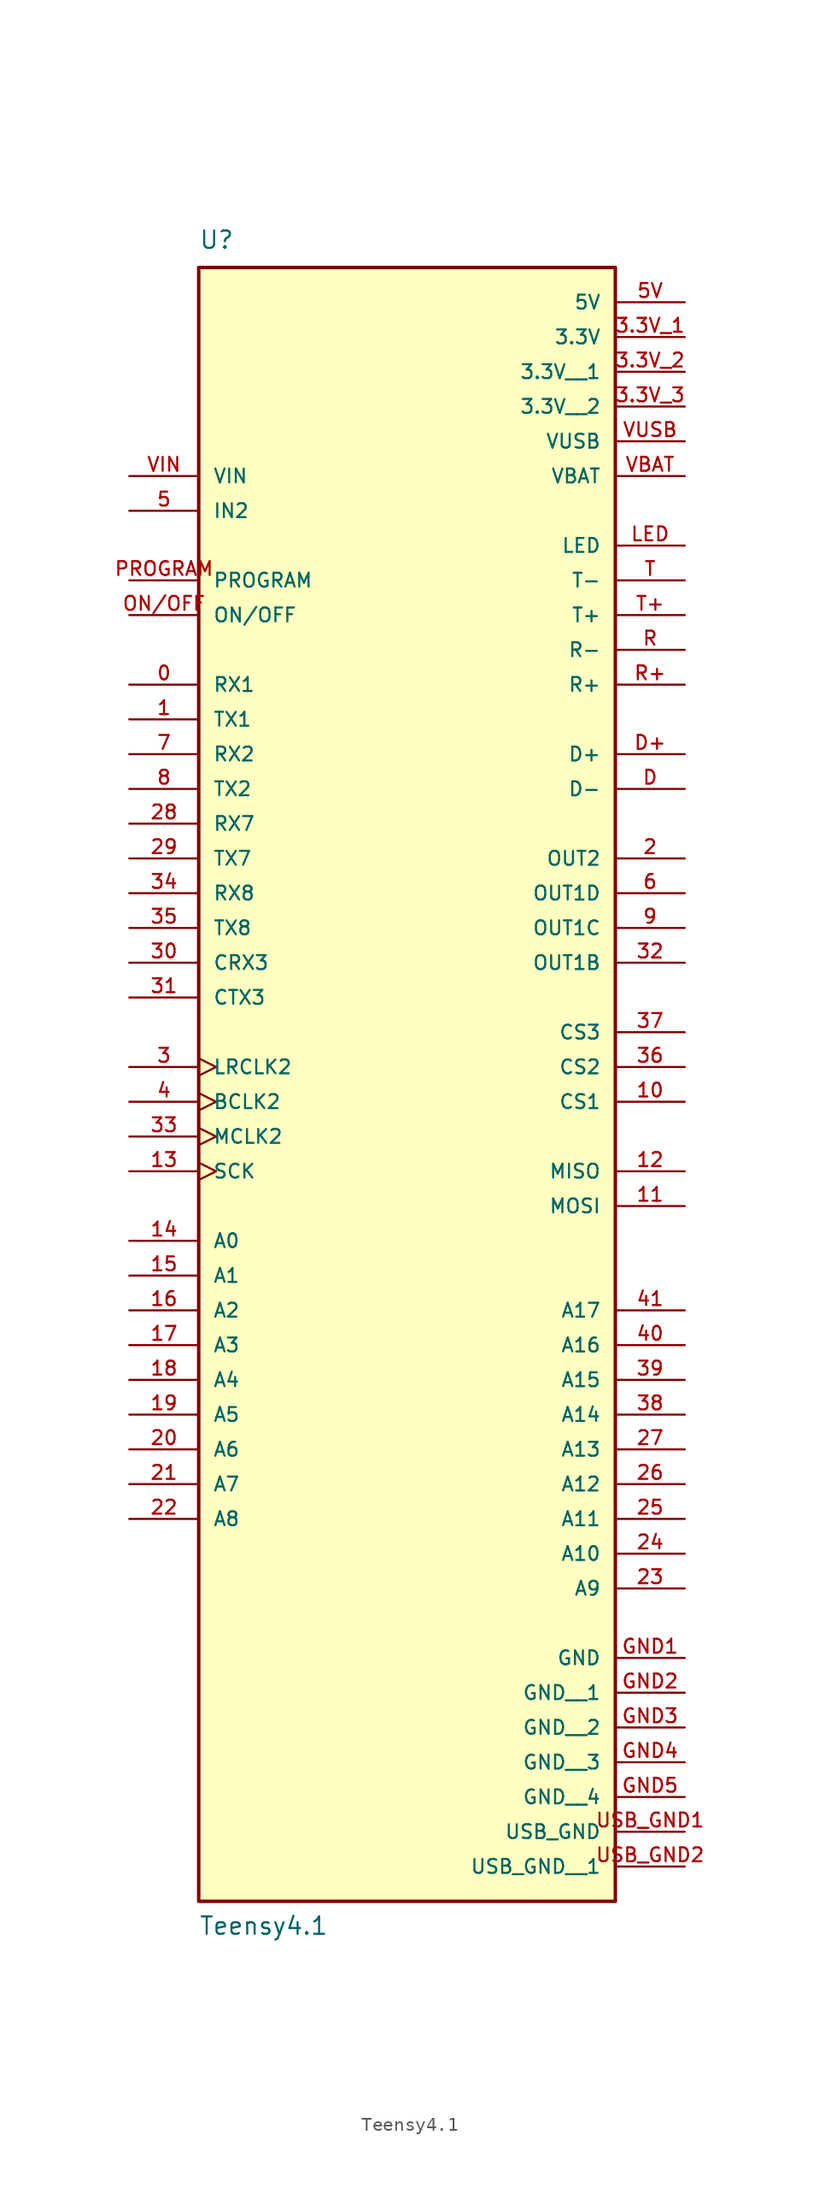
<source format=kicad_sym>
(kicad_symbol_lib
  (version 20211014)
  (generator kicad_symbol_editor)
  (symbol "Teensy4.1"
    (pin_names
      (offset 1.016))
    (property "Reference" "U"
      (at -15.24 52.07 0)
      (effects (font (size 1.27 1.27)) (justify left bottom)))
    (property "Value" "Teensy4.1"
      (at -15.24 -71.12 0)
      (effects (font (size 1.27 1.27)) (justify left bottom)))
    (property "ki_locked" ""
      (at 0 0 0)
      (effects (font (size 1.27 1.27))))
    (symbol "Teensy4.1_0_0"
      (rectangle (start -15.24 -68.58) (end 15.24 50.8) (stroke (width 0.254) (type default) (color 0 0 0 0)) (fill (type background)))
      (pin bidirectional line (at -20.32 20.32 0) (length 5.08) (name "RX1" (effects (font (size 1.016 1.016)))) (number "0" (effects (font (size 1.016 1.016)))))
      (pin bidirectional line (at -20.32 17.78 0) (length 5.08) (name "TX1" (effects (font (size 1.016 1.016)))) (number "1" (effects (font (size 1.016 1.016)))))
      (pin bidirectional line (at 20.32 -10.16 180) (length 5.08) (name "CS1" (effects (font (size 1.016 1.016)))) (number "10" (effects (font (size 1.016 1.016)))))
      (pin bidirectional line (at 20.32 -17.78 180) (length 5.08) (name "MOSI" (effects (font (size 1.016 1.016)))) (number "11" (effects (font (size 1.016 1.016)))))
      (pin bidirectional line (at 20.32 -15.24 180) (length 5.08) (name "MISO" (effects (font (size 1.016 1.016)))) (number "12" (effects (font (size 1.016 1.016)))))
      (pin bidirectional clock (at -20.32 -15.24 0) (length 5.08) (name "SCK" (effects (font (size 1.016 1.016)))) (number "13" (effects (font (size 1.016 1.016)))))
      (pin bidirectional line (at -20.32 -20.32 0) (length 5.08) (name "A0" (effects (font (size 1.016 1.016)))) (number "14" (effects (font (size 1.016 1.016)))))
      (pin bidirectional line (at -20.32 -22.86 0) (length 5.08) (name "A1" (effects (font (size 1.016 1.016)))) (number "15" (effects (font (size 1.016 1.016)))))
      (pin bidirectional line (at -20.32 -25.4 0) (length 5.08) (name "A2" (effects (font (size 1.016 1.016)))) (number "16" (effects (font (size 1.016 1.016)))))
      (pin bidirectional line (at -20.32 -27.94 0) (length 5.08) (name "A3" (effects (font (size 1.016 1.016)))) (number "17" (effects (font (size 1.016 1.016)))))
      (pin bidirectional line (at -20.32 -30.48 0) (length 5.08) (name "A4" (effects (font (size 1.016 1.016)))) (number "18" (effects (font (size 1.016 1.016)))))
      (pin bidirectional line (at -20.32 -33.02 0) (length 5.08) (name "A5" (effects (font (size 1.016 1.016)))) (number "19" (effects (font (size 1.016 1.016)))))
      (pin output line (at 20.32 7.62 180) (length 5.08) (name "OUT2" (effects (font (size 1.016 1.016)))) (number "2" (effects (font (size 1.016 1.016)))))
      (pin bidirectional line (at -20.32 -35.56 0) (length 5.08) (name "A6" (effects (font (size 1.016 1.016)))) (number "20" (effects (font (size 1.016 1.016)))))
      (pin bidirectional line (at -20.32 -38.1 0) (length 5.08) (name "A7" (effects (font (size 1.016 1.016)))) (number "21" (effects (font (size 1.016 1.016)))))
      (pin bidirectional line (at -20.32 -40.64 0) (length 5.08) (name "A8" (effects (font (size 1.016 1.016)))) (number "22" (effects (font (size 1.016 1.016)))))
      (pin bidirectional line (at 20.32 -45.72 180) (length 5.08) (name "A9" (effects (font (size 1.016 1.016)))) (number "23" (effects (font (size 1.016 1.016)))))
      (pin bidirectional line (at 20.32 -43.18 180) (length 5.08) (name "A10" (effects (font (size 1.016 1.016)))) (number "24" (effects (font (size 1.016 1.016)))))
      (pin bidirectional line (at 20.32 -40.64 180) (length 5.08) (name "A11" (effects (font (size 1.016 1.016)))) (number "25" (effects (font (size 1.016 1.016)))))
      (pin bidirectional line (at 20.32 -38.1 180) (length 5.08) (name "A12" (effects (font (size 1.016 1.016)))) (number "26" (effects (font (size 1.016 1.016)))))
      (pin bidirectional line (at 20.32 -35.56 180) (length 5.08) (name "A13" (effects (font (size 1.016 1.016)))) (number "27" (effects (font (size 1.016 1.016)))))
      (pin bidirectional line (at -20.32 10.16 0) (length 5.08) (name "RX7" (effects (font (size 1.016 1.016)))) (number "28" (effects (font (size 1.016 1.016)))))
      (pin bidirectional line (at -20.32 7.62 0) (length 5.08) (name "TX7" (effects (font (size 1.016 1.016)))) (number "29" (effects (font (size 1.016 1.016)))))
      (pin bidirectional clock (at -20.32 -7.62 0) (length 5.08) (name "LRCLK2" (effects (font (size 1.016 1.016)))) (number "3" (effects (font (size 1.016 1.016)))))
      (pin power_in line (at 20.32 45.72 180) (length 5.08) (name "3.3V" (effects (font (size 1.016 1.016)))) (number "3.3V_1" (effects (font (size 1.016 1.016)))))
      (pin power_in line (at 20.32 43.18 180) (length 5.08) (name "3.3V__1" (effects (font (size 1.016 1.016)))) (number "3.3V_2" (effects (font (size 1.016 1.016)))))
      (pin power_in line (at 20.32 40.64 180) (length 5.08) (name "3.3V__2" (effects (font (size 1.016 1.016)))) (number "3.3V_3" (effects (font (size 1.016 1.016)))))
      (pin bidirectional line (at -20.32 0 0) (length 5.08) (name "CRX3" (effects (font (size 1.016 1.016)))) (number "30" (effects (font (size 1.016 1.016)))))
      (pin bidirectional line (at -20.32 -2.54 0) (length 5.08) (name "CTX3" (effects (font (size 1.016 1.016)))) (number "31" (effects (font (size 1.016 1.016)))))
      (pin output line (at 20.32 0 180) (length 5.08) (name "OUT1B" (effects (font (size 1.016 1.016)))) (number "32" (effects (font (size 1.016 1.016)))))
      (pin bidirectional clock (at -20.32 -12.7 0) (length 5.08) (name "MCLK2" (effects (font (size 1.016 1.016)))) (number "33" (effects (font (size 1.016 1.016)))))
      (pin bidirectional line (at -20.32 5.08 0) (length 5.08) (name "RX8" (effects (font (size 1.016 1.016)))) (number "34" (effects (font (size 1.016 1.016)))))
      (pin bidirectional line (at -20.32 2.54 0) (length 5.08) (name "TX8" (effects (font (size 1.016 1.016)))) (number "35" (effects (font (size 1.016 1.016)))))
      (pin bidirectional line (at 20.32 -7.62 180) (length 5.08) (name "CS2" (effects (font (size 1.016 1.016)))) (number "36" (effects (font (size 1.016 1.016)))))
      (pin bidirectional line (at 20.32 -5.08 180) (length 5.08) (name "CS3" (effects (font (size 1.016 1.016)))) (number "37" (effects (font (size 1.016 1.016)))))
      (pin bidirectional line (at 20.32 -33.02 180) (length 5.08) (name "A14" (effects (font (size 1.016 1.016)))) (number "38" (effects (font (size 1.016 1.016)))))
      (pin bidirectional line (at 20.32 -30.48 180) (length 5.08) (name "A15" (effects (font (size 1.016 1.016)))) (number "39" (effects (font (size 1.016 1.016)))))
      (pin bidirectional clock (at -20.32 -10.16 0) (length 5.08) (name "BCLK2" (effects (font (size 1.016 1.016)))) (number "4" (effects (font (size 1.016 1.016)))))
      (pin bidirectional line (at 20.32 -27.94 180) (length 5.08) (name "A16" (effects (font (size 1.016 1.016)))) (number "40" (effects (font (size 1.016 1.016)))))
      (pin bidirectional line (at 20.32 -25.4 180) (length 5.08) (name "A17" (effects (font (size 1.016 1.016)))) (number "41" (effects (font (size 1.016 1.016)))))
      (pin bidirectional line (at -20.32 33.02 0) (length 5.08) (name "IN2" (effects (font (size 1.016 1.016)))) (number "5" (effects (font (size 1.016 1.016)))))
      (pin power_in line (at 20.32 48.26 180) (length 5.08) (name "5V" (effects (font (size 1.016 1.016)))) (number "5V" (effects (font (size 1.016 1.016)))))
      (pin output line (at 20.32 5.08 180) (length 5.08) (name "OUT1D" (effects (font (size 1.016 1.016)))) (number "6" (effects (font (size 1.016 1.016)))))
      (pin bidirectional line (at -20.32 15.24 0) (length 5.08) (name "RX2" (effects (font (size 1.016 1.016)))) (number "7" (effects (font (size 1.016 1.016)))))
      (pin bidirectional line (at -20.32 12.7 0) (length 5.08) (name "TX2" (effects (font (size 1.016 1.016)))) (number "8" (effects (font (size 1.016 1.016)))))
      (pin output line (at 20.32 2.54 180) (length 5.08) (name "OUT1C" (effects (font (size 1.016 1.016)))) (number "9" (effects (font (size 1.016 1.016)))))
      (pin bidirectional line (at 20.32 12.7 180) (length 5.08) (name "D-" (effects (font (size 1.016 1.016)))) (number "D" (effects (font (size 1.016 1.016)))))
      (pin bidirectional line (at 20.32 15.24 180) (length 5.08) (name "D+" (effects (font (size 1.016 1.016)))) (number "D+" (effects (font (size 1.016 1.016)))))
      (pin power_in line (at 20.32 -50.8 180) (length 5.08) (name "GND" (effects (font (size 1.016 1.016)))) (number "GND1" (effects (font (size 1.016 1.016)))))
      (pin power_in line (at 20.32 -53.34 180) (length 5.08) (name "GND__1" (effects (font (size 1.016 1.016)))) (number "GND2" (effects (font (size 1.016 1.016)))))
      (pin power_in line (at 20.32 -55.88 180) (length 5.08) (name "GND__2" (effects (font (size 1.016 1.016)))) (number "GND3" (effects (font (size 1.016 1.016)))))
      (pin power_in line (at 20.32 -58.42 180) (length 5.08) (name "GND__3" (effects (font (size 1.016 1.016)))) (number "GND4" (effects (font (size 1.016 1.016)))))
      (pin power_in line (at 20.32 -60.96 180) (length 5.08) (name "GND__4" (effects (font (size 1.016 1.016)))) (number "GND5" (effects (font (size 1.016 1.016)))))
      (pin bidirectional line (at 20.32 30.48 180) (length 5.08) (name "LED" (effects (font (size 1.016 1.016)))) (number "LED" (effects (font (size 1.016 1.016)))))
      (pin bidirectional line (at -20.32 25.4 0) (length 5.08) (name "ON/OFF" (effects (font (size 1.016 1.016)))) (number "ON/OFF" (effects (font (size 1.016 1.016)))))
      (pin bidirectional line (at -20.32 27.94 0) (length 5.08) (name "PROGRAM" (effects (font (size 1.016 1.016)))) (number "PROGRAM" (effects (font (size 1.016 1.016)))))
      (pin bidirectional line (at 20.32 22.86 180) (length 5.08) (name "R-" (effects (font (size 1.016 1.016)))) (number "R" (effects (font (size 1.016 1.016)))))
      (pin bidirectional line (at 20.32 20.32 180) (length 5.08) (name "R+" (effects (font (size 1.016 1.016)))) (number "R+" (effects (font (size 1.016 1.016)))))
      (pin bidirectional line (at 20.32 27.94 180) (length 5.08) (name "T-" (effects (font (size 1.016 1.016)))) (number "T" (effects (font (size 1.016 1.016)))))
      (pin bidirectional line (at 20.32 25.4 180) (length 5.08) (name "T+" (effects (font (size 1.016 1.016)))) (number "T+" (effects (font (size 1.016 1.016)))))
      (pin power_in line (at 20.32 -63.5 180) (length 5.08) (name "USB_GND" (effects (font (size 1.016 1.016)))) (number "USB_GND1" (effects (font (size 1.016 1.016)))))
      (pin power_in line (at 20.32 -66.04 180) (length 5.08) (name "USB_GND__1" (effects (font (size 1.016 1.016)))) (number "USB_GND2" (effects (font (size 1.016 1.016)))))
      (pin passive line (at 20.32 35.56 180) (length 5.08) (name "VBAT" (effects (font (size 1.016 1.016)))) (number "VBAT" (effects (font (size 1.016 1.016)))))
      (pin input line (at -20.32 35.56 0) (length 5.08) (name "VIN" (effects (font (size 1.016 1.016)))) (number "VIN" (effects (font (size 1.016 1.016)))))
      (pin passive line (at 20.32 38.1 180) (length 5.08) (name "VUSB" (effects (font (size 1.016 1.016)))) (number "VUSB" (effects (font (size 1.016 1.016))))))))
</source>
